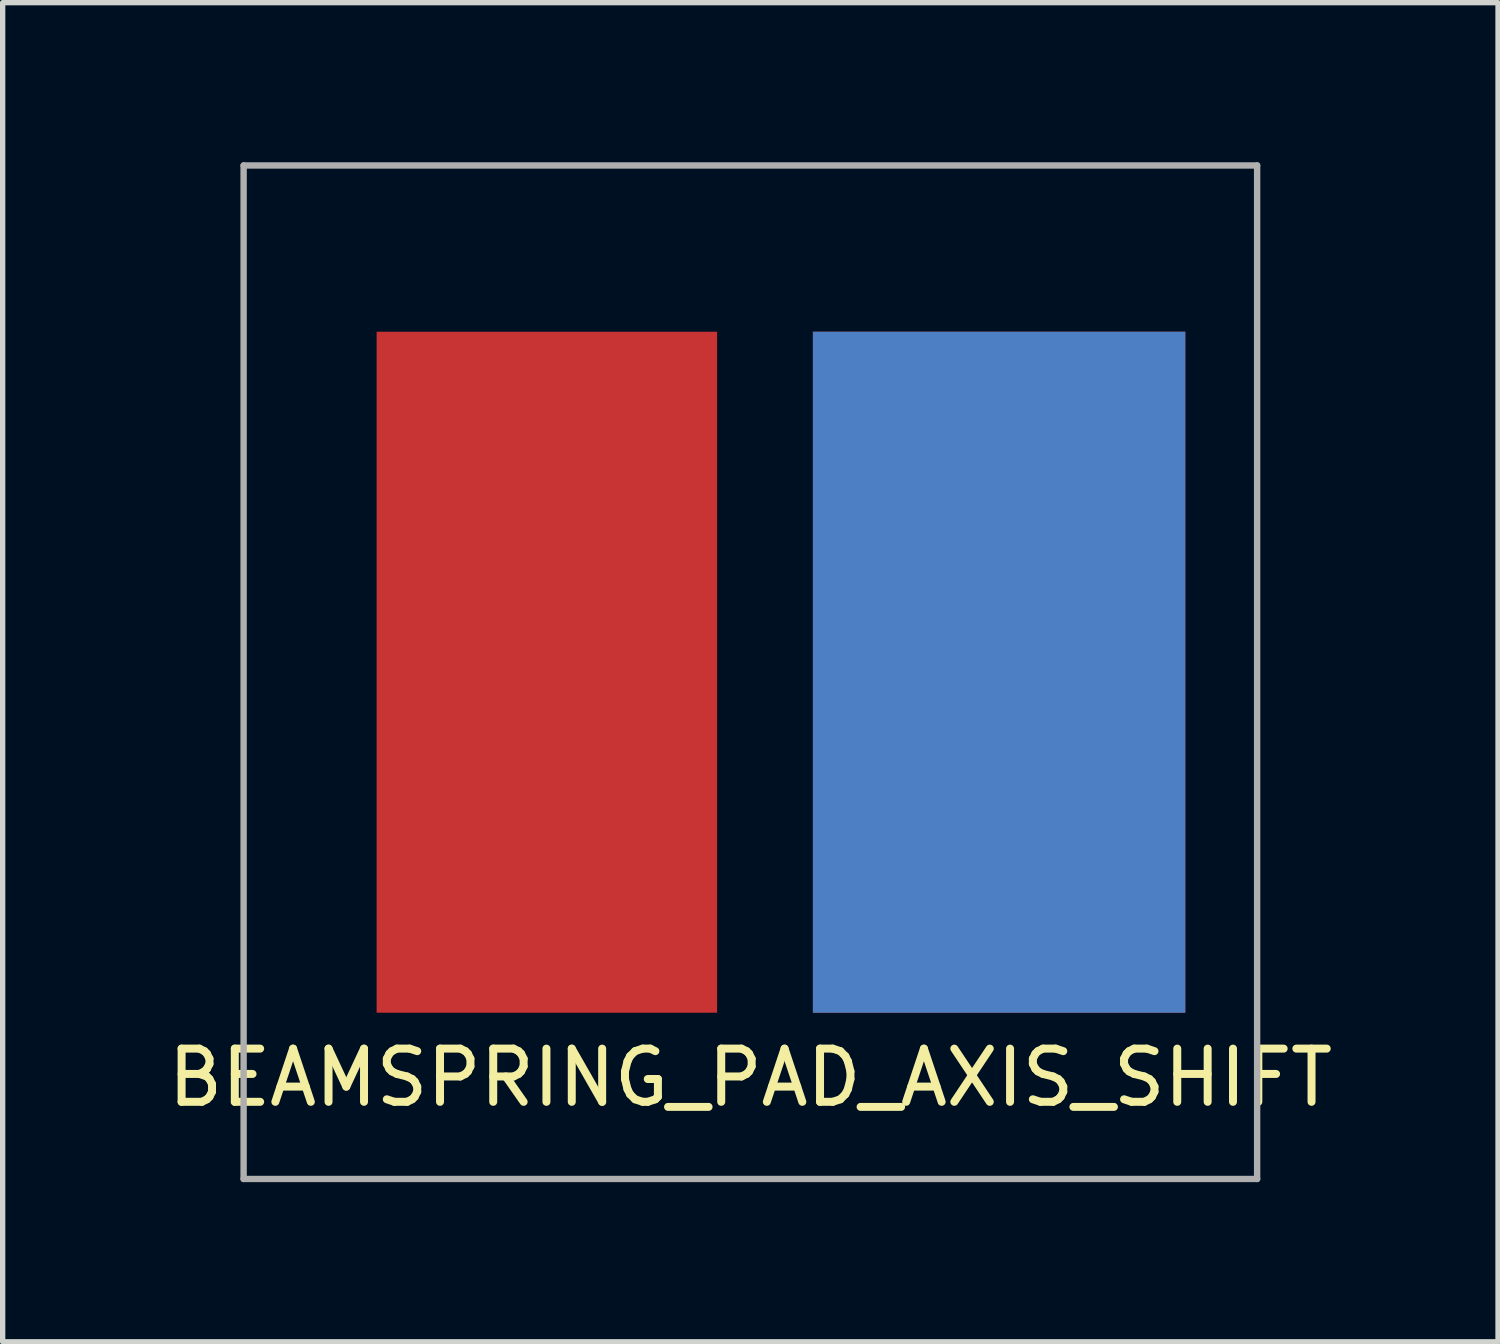
<source format=kicad_pcb>
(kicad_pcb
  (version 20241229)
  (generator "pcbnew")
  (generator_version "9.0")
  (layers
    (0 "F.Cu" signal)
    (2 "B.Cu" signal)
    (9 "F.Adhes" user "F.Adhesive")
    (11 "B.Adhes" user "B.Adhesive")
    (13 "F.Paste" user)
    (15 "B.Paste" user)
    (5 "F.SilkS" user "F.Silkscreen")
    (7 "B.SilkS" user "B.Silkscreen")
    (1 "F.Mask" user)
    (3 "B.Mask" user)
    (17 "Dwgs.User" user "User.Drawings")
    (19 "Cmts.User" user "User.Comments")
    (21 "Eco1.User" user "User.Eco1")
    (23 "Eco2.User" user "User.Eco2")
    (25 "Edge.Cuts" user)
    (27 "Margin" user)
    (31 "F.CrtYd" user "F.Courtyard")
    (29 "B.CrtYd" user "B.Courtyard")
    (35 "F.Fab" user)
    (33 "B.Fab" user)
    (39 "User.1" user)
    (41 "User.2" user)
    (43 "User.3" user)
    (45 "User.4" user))
  (footprint "BEAMSPRING_PAD_AXIS_SHIFT"
    (layer "F.Cu")
    (at 11.054 9.585)
    (property "Reference" "BEAMSPRING_PAD_AXIS_SHIFT" (at 0 7.62 0) (layer "F.SilkS") (effects (font (size 1 1) (thickness 0.15))))
    (attr smd)
    (fp_line (start -9.525 -9.525) (end -9.525 9.525) (stroke (width 0.12) (type solid)) (layer "F.Fab"))
    (fp_line (start -9.525 9.525) (end 9.525 9.525) (stroke (width 0.12) (type solid)) (layer "F.Fab"))
    (fp_line (start 9.525 -9.525) (end -9.525 -9.525) (stroke (width 0.12) (type solid)) (layer "F.Fab"))
    (fp_line (start 9.525 9.525) (end 9.525 -9.525) (stroke (width 0.12) (type solid)) (layer "F.Fab"))
    (pad "1" smd rect (at -3.825 0) (size 6.4 12.8) (layers "F.Cu"))
    (pad "2" smd rect (at 4.675 0) (size 7 12.8) (layers "B.Cu"))
    (pad "3" smd rect (at 4.675 0) (size 7 12.8) (layers "F.Cu")))
  (gr_rect
    (start -3 -3)
    (end 25.107 22.17)
    (stroke (width 0.1) (type default))
    (fill no)
    (layer "Edge.Cuts")))
</source>
